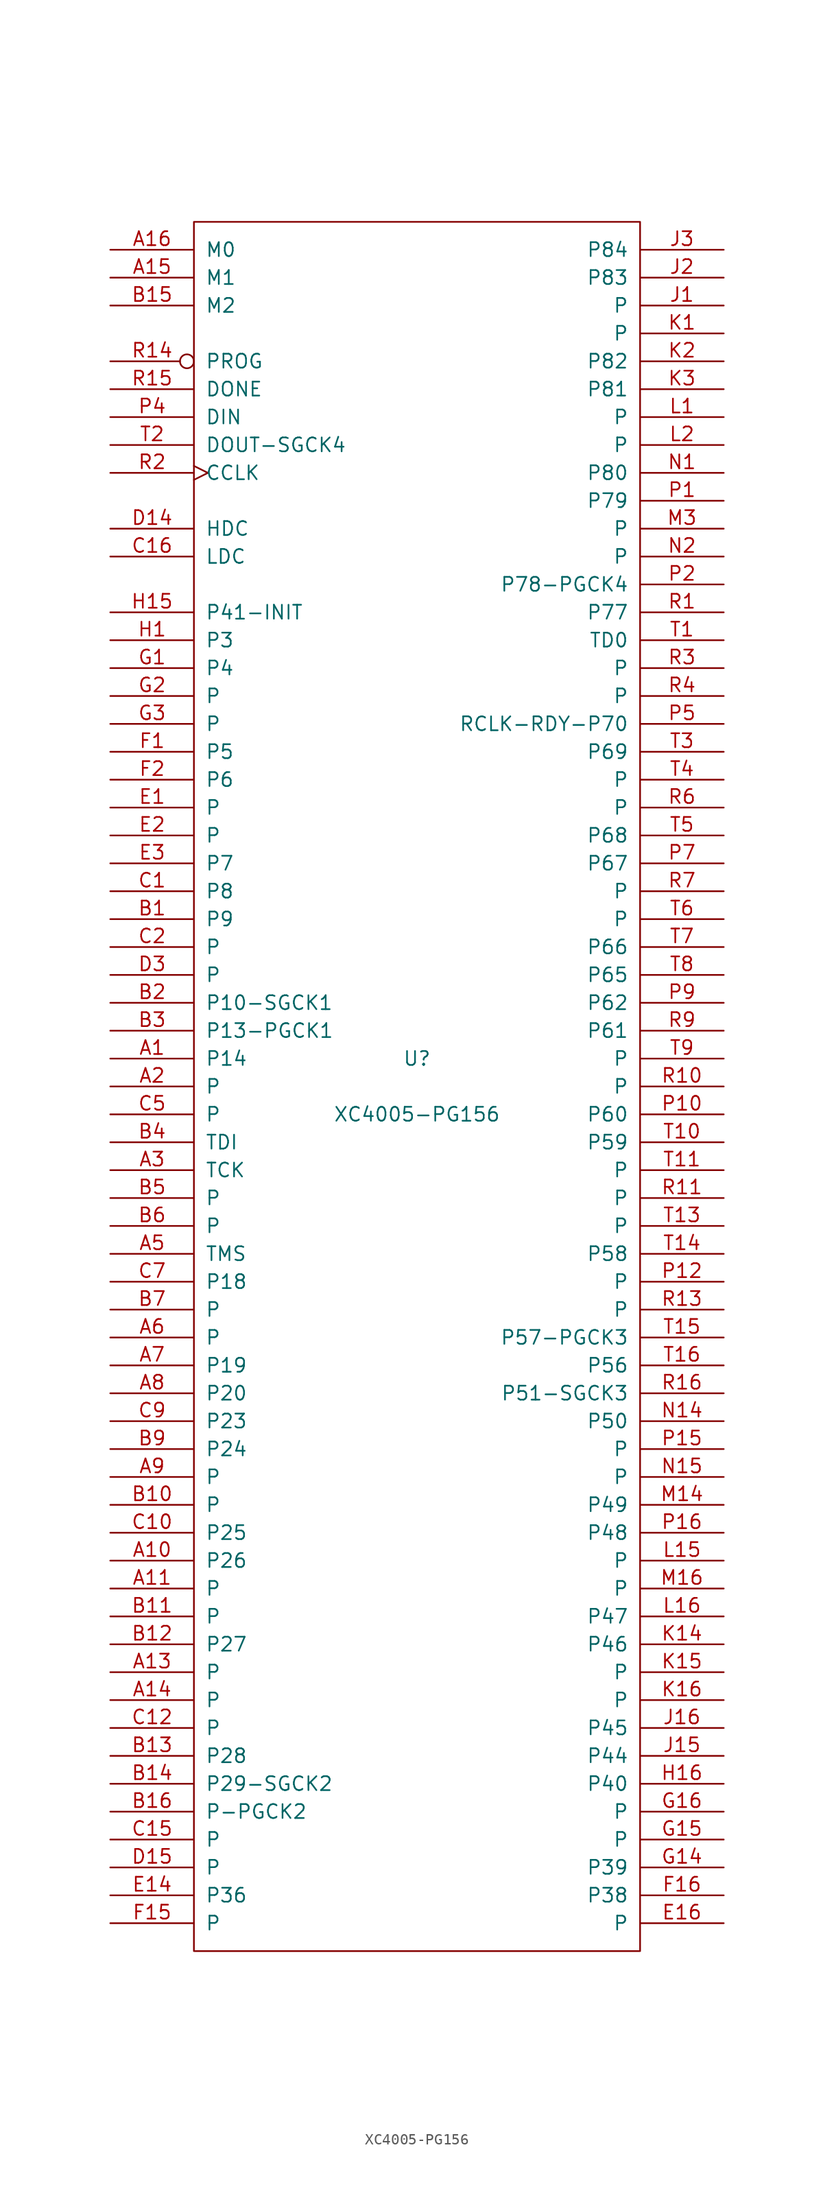
<source format=kicad_sym>
(kicad_symbol_lib
  (version 20201005)
  (generator kicad_symbol_editor)
  (symbol "FPGA_Xilinx:XC4005-PG156"
    (pin_names
      (offset 1.016))
    (property "Reference" "U"
      (at 0 2.54 0)
      (effects (font (size 1.27 1.27))))
    (property "Value" "XC4005-PG156"
      (at 0 -2.54 0)
      (effects (font (size 1.27 1.27))))
    (symbol "XC4005-PG156_0_1"
      (rectangle (start -20.32 -78.74) (end 20.32 78.74) (stroke (width 0)) (fill (type none))))
    (symbol "XC4005-PG156_1_1"
      (pin passive line (at -27.94 2.54 0) (length 7.62) (name "P14" (effects (font (size 1.27 1.27)))) (number "A1" (effects (font (size 1.27 1.27)))))
      (pin passive line (at -27.94 -43.18 0) (length 7.62) (name "P26" (effects (font (size 1.27 1.27)))) (number "A10" (effects (font (size 1.27 1.27)))))
      (pin passive line (at -27.94 -45.72 0) (length 7.62) (name "P" (effects (font (size 1.27 1.27)))) (number "A11" (effects (font (size 1.27 1.27)))))
      (pin passive line (at -27.94 -53.34 0) (length 7.62) (name "P" (effects (font (size 1.27 1.27)))) (number "A13" (effects (font (size 1.27 1.27)))))
      (pin passive line (at -27.94 -55.88 0) (length 7.62) (name "P" (effects (font (size 1.27 1.27)))) (number "A14" (effects (font (size 1.27 1.27)))))
      (pin input line (at -27.94 73.66 0) (length 7.62) (name "M1" (effects (font (size 1.27 1.27)))) (number "A15" (effects (font (size 1.27 1.27)))))
      (pin input line (at -27.94 76.2 0) (length 7.62) (name "M0" (effects (font (size 1.27 1.27)))) (number "A16" (effects (font (size 1.27 1.27)))))
      (pin passive line (at -27.94 0 0) (length 7.62) (name "P" (effects (font (size 1.27 1.27)))) (number "A2" (effects (font (size 1.27 1.27)))))
      (pin passive line (at -27.94 -7.62 0) (length 7.62) (name "TCK" (effects (font (size 1.27 1.27)))) (number "A3" (effects (font (size 1.27 1.27)))))
      (pin passive line (at -27.94 -15.24 0) (length 7.62) (name "TMS" (effects (font (size 1.27 1.27)))) (number "A5" (effects (font (size 1.27 1.27)))))
      (pin passive line (at -27.94 -22.86 0) (length 7.62) (name "P" (effects (font (size 1.27 1.27)))) (number "A6" (effects (font (size 1.27 1.27)))))
      (pin passive line (at -27.94 -25.4 0) (length 7.62) (name "P19" (effects (font (size 1.27 1.27)))) (number "A7" (effects (font (size 1.27 1.27)))))
      (pin passive line (at -27.94 -27.94 0) (length 7.62) (name "P20" (effects (font (size 1.27 1.27)))) (number "A8" (effects (font (size 1.27 1.27)))))
      (pin passive line (at -27.94 -35.56 0) (length 7.62) (name "P" (effects (font (size 1.27 1.27)))) (number "A9" (effects (font (size 1.27 1.27)))))
      (pin passive line (at -27.94 15.24 0) (length 7.62) (name "P9" (effects (font (size 1.27 1.27)))) (number "B1" (effects (font (size 1.27 1.27)))))
      (pin passive line (at -27.94 -38.1 0) (length 7.62) (name "P" (effects (font (size 1.27 1.27)))) (number "B10" (effects (font (size 1.27 1.27)))))
      (pin passive line (at -27.94 -48.26 0) (length 7.62) (name "P" (effects (font (size 1.27 1.27)))) (number "B11" (effects (font (size 1.27 1.27)))))
      (pin passive line (at -27.94 -50.8 0) (length 7.62) (name "P27" (effects (font (size 1.27 1.27)))) (number "B12" (effects (font (size 1.27 1.27)))))
      (pin passive line (at -27.94 -60.96 0) (length 7.62) (name "P28" (effects (font (size 1.27 1.27)))) (number "B13" (effects (font (size 1.27 1.27)))))
      (pin passive line (at -27.94 -63.5 0) (length 7.62) (name "P29-SGCK2" (effects (font (size 1.27 1.27)))) (number "B14" (effects (font (size 1.27 1.27)))))
      (pin input line (at -27.94 71.12 0) (length 7.62) (name "M2" (effects (font (size 1.27 1.27)))) (number "B15" (effects (font (size 1.27 1.27)))))
      (pin passive line (at -27.94 -66.04 0) (length 7.62) (name "P-PGCK2" (effects (font (size 1.27 1.27)))) (number "B16" (effects (font (size 1.27 1.27)))))
      (pin passive line (at -27.94 7.62 0) (length 7.62) (name "P10-SGCK1" (effects (font (size 1.27 1.27)))) (number "B2" (effects (font (size 1.27 1.27)))))
      (pin passive line (at -27.94 5.08 0) (length 7.62) (name "P13-PGCK1" (effects (font (size 1.27 1.27)))) (number "B3" (effects (font (size 1.27 1.27)))))
      (pin passive line (at -27.94 -5.08 0) (length 7.62) (name "TDI" (effects (font (size 1.27 1.27)))) (number "B4" (effects (font (size 1.27 1.27)))))
      (pin passive line (at -27.94 -10.16 0) (length 7.62) (name "P" (effects (font (size 1.27 1.27)))) (number "B5" (effects (font (size 1.27 1.27)))))
      (pin passive line (at -27.94 -12.7 0) (length 7.62) (name "P" (effects (font (size 1.27 1.27)))) (number "B6" (effects (font (size 1.27 1.27)))))
      (pin passive line (at -27.94 -20.32 0) (length 7.62) (name "P" (effects (font (size 1.27 1.27)))) (number "B7" (effects (font (size 1.27 1.27)))))
      (pin power_in line (at -5.08 78.74 270) (length 0) hide (name "VCC" (effects (font (size 1.27 1.27)))) (number "B8" (effects (font (size 1.27 1.27)))))
      (pin passive line (at -27.94 -33.02 0) (length 7.62) (name "P24" (effects (font (size 1.27 1.27)))) (number "B9" (effects (font (size 1.27 1.27)))))
      (pin passive line (at -27.94 17.78 0) (length 7.62) (name "P8" (effects (font (size 1.27 1.27)))) (number "C1" (effects (font (size 1.27 1.27)))))
      (pin passive line (at -27.94 -40.64 0) (length 7.62) (name "P25" (effects (font (size 1.27 1.27)))) (number "C10" (effects (font (size 1.27 1.27)))))
      (pin power_in line (at -10.16 -78.74 90) (length 0) hide (name "GND" (effects (font (size 1.27 1.27)))) (number "C11" (effects (font (size 1.27 1.27)))))
      (pin passive line (at -27.94 -58.42 0) (length 7.62) (name "P" (effects (font (size 1.27 1.27)))) (number "C12" (effects (font (size 1.27 1.27)))))
      (pin power_in line (at -7.62 -78.74 90) (length 0) hide (name "GND" (effects (font (size 1.27 1.27)))) (number "C13" (effects (font (size 1.27 1.27)))))
      (pin power_in line (at -2.54 78.74 270) (length 0) hide (name "VCC" (effects (font (size 1.27 1.27)))) (number "C14" (effects (font (size 1.27 1.27)))))
      (pin passive line (at -27.94 -68.58 0) (length 7.62) (name "P" (effects (font (size 1.27 1.27)))) (number "C15" (effects (font (size 1.27 1.27)))))
      (pin passive line (at -27.94 48.26 0) (length 7.62) (name "LDC" (effects (font (size 1.27 1.27)))) (number "C16" (effects (font (size 1.27 1.27)))))
      (pin passive line (at -27.94 12.7 0) (length 7.62) (name "P" (effects (font (size 1.27 1.27)))) (number "C2" (effects (font (size 1.27 1.27)))))
      (pin power_in line (at -7.62 78.74 270) (length 0) hide (name "VCC" (effects (font (size 1.27 1.27)))) (number "C3" (effects (font (size 1.27 1.27)))))
      (pin power_in line (at -17.78 -78.74 90) (length 0) hide (name "GND" (effects (font (size 1.27 1.27)))) (number "C4" (effects (font (size 1.27 1.27)))))
      (pin passive line (at -27.94 -2.54 0) (length 7.62) (name "P" (effects (font (size 1.27 1.27)))) (number "C5" (effects (font (size 1.27 1.27)))))
      (pin power_in line (at -15.24 -78.74 90) (length 0) hide (name "GND" (effects (font (size 1.27 1.27)))) (number "C6" (effects (font (size 1.27 1.27)))))
      (pin passive line (at -27.94 -17.78 0) (length 7.62) (name "P18" (effects (font (size 1.27 1.27)))) (number "C7" (effects (font (size 1.27 1.27)))))
      (pin power_in line (at -12.7 -78.74 90) (length 0) hide (name "GND" (effects (font (size 1.27 1.27)))) (number "C8" (effects (font (size 1.27 1.27)))))
      (pin passive line (at -27.94 -30.48 0) (length 7.62) (name "P23" (effects (font (size 1.27 1.27)))) (number "C9" (effects (font (size 1.27 1.27)))))
      (pin passive line (at -27.94 50.8 0) (length 7.62) (name "HDC" (effects (font (size 1.27 1.27)))) (number "D14" (effects (font (size 1.27 1.27)))))
      (pin passive line (at -27.94 -71.12 0) (length 7.62) (name "P" (effects (font (size 1.27 1.27)))) (number "D15" (effects (font (size 1.27 1.27)))))
      (pin passive line (at -27.94 10.16 0) (length 7.62) (name "P" (effects (font (size 1.27 1.27)))) (number "D3" (effects (font (size 1.27 1.27)))))
      (pin passive line (at -27.94 25.4 0) (length 7.62) (name "P" (effects (font (size 1.27 1.27)))) (number "E1" (effects (font (size 1.27 1.27)))))
      (pin bidirectional line (at -27.94 -73.66 0) (length 7.62) (name "P36" (effects (font (size 1.27 1.27)))) (number "E14" (effects (font (size 1.27 1.27)))))
      (pin passive line (at 27.94 -76.2 180) (length 7.62) (name "P" (effects (font (size 1.27 1.27)))) (number "E16" (effects (font (size 1.27 1.27)))))
      (pin passive line (at -27.94 22.86 0) (length 7.62) (name "P" (effects (font (size 1.27 1.27)))) (number "E2" (effects (font (size 1.27 1.27)))))
      (pin passive line (at -27.94 20.32 0) (length 7.62) (name "P7" (effects (font (size 1.27 1.27)))) (number "E3" (effects (font (size 1.27 1.27)))))
      (pin passive line (at -27.94 30.48 0) (length 7.62) (name "P5" (effects (font (size 1.27 1.27)))) (number "F1" (effects (font (size 1.27 1.27)))))
      (pin power_in line (at -5.08 -78.74 90) (length 0) hide (name "GND" (effects (font (size 1.27 1.27)))) (number "F14" (effects (font (size 1.27 1.27)))))
      (pin passive line (at -27.94 -76.2 0) (length 7.62) (name "P" (effects (font (size 1.27 1.27)))) (number "F15" (effects (font (size 1.27 1.27)))))
      (pin passive line (at 27.94 -73.66 180) (length 7.62) (name "P38" (effects (font (size 1.27 1.27)))) (number "F16" (effects (font (size 1.27 1.27)))))
      (pin passive line (at -27.94 27.94 0) (length 7.62) (name "P6" (effects (font (size 1.27 1.27)))) (number "F2" (effects (font (size 1.27 1.27)))))
      (pin power_in line (at -20.32 -78.74 90) (length 0) hide (name "GND" (effects (font (size 1.27 1.27)))) (number "F3" (effects (font (size 1.27 1.27)))))
      (pin passive line (at -27.94 38.1 0) (length 7.62) (name "P4" (effects (font (size 1.27 1.27)))) (number "G1" (effects (font (size 1.27 1.27)))))
      (pin passive line (at 27.94 -71.12 180) (length 7.62) (name "P39" (effects (font (size 1.27 1.27)))) (number "G14" (effects (font (size 1.27 1.27)))))
      (pin passive line (at 27.94 -68.58 180) (length 7.62) (name "P" (effects (font (size 1.27 1.27)))) (number "G15" (effects (font (size 1.27 1.27)))))
      (pin passive line (at 27.94 -66.04 180) (length 7.62) (name "P" (effects (font (size 1.27 1.27)))) (number "G16" (effects (font (size 1.27 1.27)))))
      (pin passive line (at -27.94 35.56 0) (length 7.62) (name "P" (effects (font (size 1.27 1.27)))) (number "G2" (effects (font (size 1.27 1.27)))))
      (pin passive line (at -27.94 33.02 0) (length 7.62) (name "P" (effects (font (size 1.27 1.27)))) (number "G3" (effects (font (size 1.27 1.27)))))
      (pin passive line (at -27.94 40.64 0) (length 7.62) (name "P3" (effects (font (size 1.27 1.27)))) (number "H1" (effects (font (size 1.27 1.27)))))
      (pin power_in line (at 0 78.74 270) (length 0) hide (name "VCC" (effects (font (size 1.27 1.27)))) (number "H14" (effects (font (size 1.27 1.27)))))
      (pin bidirectional line (at -27.94 43.18 0) (length 7.62) (name "P41-INIT" (effects (font (size 1.27 1.27)))) (number "H15" (effects (font (size 1.27 1.27)))))
      (pin passive line (at 27.94 -63.5 180) (length 7.62) (name "P40" (effects (font (size 1.27 1.27)))) (number "H16" (effects (font (size 1.27 1.27)))))
      (pin power_in line (at 17.78 -78.74 90) (length 0) hide (name "GND" (effects (font (size 1.27 1.27)))) (number "H2" (effects (font (size 1.27 1.27)))))
      (pin power_in line (at -10.16 78.74 270) (length 0) hide (name "VCC" (effects (font (size 1.27 1.27)))) (number "H3" (effects (font (size 1.27 1.27)))))
      (pin passive line (at 27.94 71.12 180) (length 7.62) (name "P" (effects (font (size 1.27 1.27)))) (number "J1" (effects (font (size 1.27 1.27)))))
      (pin power_in line (at -2.54 -78.74 90) (length 0) hide (name "GND" (effects (font (size 1.27 1.27)))) (number "J14" (effects (font (size 1.27 1.27)))))
      (pin passive line (at 27.94 -60.96 180) (length 7.62) (name "P44" (effects (font (size 1.27 1.27)))) (number "J15" (effects (font (size 1.27 1.27)))))
      (pin passive line (at 27.94 -58.42 180) (length 7.62) (name "P45" (effects (font (size 1.27 1.27)))) (number "J16" (effects (font (size 1.27 1.27)))))
      (pin passive line (at 27.94 73.66 180) (length 7.62) (name "P83" (effects (font (size 1.27 1.27)))) (number "J2" (effects (font (size 1.27 1.27)))))
      (pin passive line (at 27.94 76.2 180) (length 7.62) (name "P84" (effects (font (size 1.27 1.27)))) (number "J3" (effects (font (size 1.27 1.27)))))
      (pin passive line (at 27.94 68.58 180) (length 7.62) (name "P" (effects (font (size 1.27 1.27)))) (number "K1" (effects (font (size 1.27 1.27)))))
      (pin passive line (at 27.94 -50.8 180) (length 7.62) (name "P46" (effects (font (size 1.27 1.27)))) (number "K14" (effects (font (size 1.27 1.27)))))
      (pin passive line (at 27.94 -53.34 180) (length 7.62) (name "P" (effects (font (size 1.27 1.27)))) (number "K15" (effects (font (size 1.27 1.27)))))
      (pin passive line (at 27.94 -55.88 180) (length 7.62) (name "P" (effects (font (size 1.27 1.27)))) (number "K16" (effects (font (size 1.27 1.27)))))
      (pin passive line (at 27.94 66.04 180) (length 7.62) (name "P82" (effects (font (size 1.27 1.27)))) (number "K2" (effects (font (size 1.27 1.27)))))
      (pin passive line (at 27.94 63.5 180) (length 7.62) (name "P81" (effects (font (size 1.27 1.27)))) (number "K3" (effects (font (size 1.27 1.27)))))
      (pin passive line (at 27.94 60.96 180) (length 7.62) (name "P" (effects (font (size 1.27 1.27)))) (number "L1" (effects (font (size 1.27 1.27)))))
      (pin power_in line (at 0 -78.74 90) (length 0) hide (name "GND" (effects (font (size 1.27 1.27)))) (number "L14" (effects (font (size 1.27 1.27)))))
      (pin passive line (at 27.94 -43.18 180) (length 7.62) (name "P" (effects (font (size 1.27 1.27)))) (number "L15" (effects (font (size 1.27 1.27)))))
      (pin passive line (at 27.94 -48.26 180) (length 7.62) (name "P47" (effects (font (size 1.27 1.27)))) (number "L16" (effects (font (size 1.27 1.27)))))
      (pin passive line (at 27.94 58.42 180) (length 7.62) (name "P" (effects (font (size 1.27 1.27)))) (number "L2" (effects (font (size 1.27 1.27)))))
      (pin power_in line (at 15.24 -78.74 90) (length 0) hide (name "GND" (effects (font (size 1.27 1.27)))) (number "L3" (effects (font (size 1.27 1.27)))))
      (pin passive line (at 27.94 -38.1 180) (length 7.62) (name "P49" (effects (font (size 1.27 1.27)))) (number "M14" (effects (font (size 1.27 1.27)))))
      (pin passive line (at 27.94 -45.72 180) (length 7.62) (name "P" (effects (font (size 1.27 1.27)))) (number "M16" (effects (font (size 1.27 1.27)))))
      (pin passive line (at 27.94 50.8 180) (length 7.62) (name "P" (effects (font (size 1.27 1.27)))) (number "M3" (effects (font (size 1.27 1.27)))))
      (pin passive line (at 27.94 55.88 180) (length 7.62) (name "P80" (effects (font (size 1.27 1.27)))) (number "N1" (effects (font (size 1.27 1.27)))))
      (pin passive line (at 27.94 -30.48 180) (length 7.62) (name "P50" (effects (font (size 1.27 1.27)))) (number "N14" (effects (font (size 1.27 1.27)))))
      (pin passive line (at 27.94 -35.56 180) (length 7.62) (name "P" (effects (font (size 1.27 1.27)))) (number "N15" (effects (font (size 1.27 1.27)))))
      (pin passive line (at 27.94 48.26 180) (length 7.62) (name "P" (effects (font (size 1.27 1.27)))) (number "N2" (effects (font (size 1.27 1.27)))))
      (pin power_in line (at 12.7 -78.74 90) (length 0) hide (name "GND" (effects (font (size 1.27 1.27)))) (number "N3" (effects (font (size 1.27 1.27)))))
      (pin passive line (at 27.94 53.34 180) (length 7.62) (name "P79" (effects (font (size 1.27 1.27)))) (number "P1" (effects (font (size 1.27 1.27)))))
      (pin passive line (at 27.94 -2.54 180) (length 7.62) (name "P60" (effects (font (size 1.27 1.27)))) (number "P10" (effects (font (size 1.27 1.27)))))
      (pin power_in line (at 5.08 -78.74 90) (length 0) hide (name "GND" (effects (font (size 1.27 1.27)))) (number "P11" (effects (font (size 1.27 1.27)))))
      (pin passive line (at 27.94 -17.78 180) (length 7.62) (name "P" (effects (font (size 1.27 1.27)))) (number "P12" (effects (font (size 1.27 1.27)))))
      (pin power_in line (at 2.54 78.74 270) (length 0) hide (name "VCC" (effects (font (size 1.27 1.27)))) (number "P13" (effects (font (size 1.27 1.27)))))
      (pin power_in line (at 2.54 -78.74 90) (length 0) hide (name "GND" (effects (font (size 1.27 1.27)))) (number "P14" (effects (font (size 1.27 1.27)))))
      (pin passive line (at 27.94 -33.02 180) (length 7.62) (name "P" (effects (font (size 1.27 1.27)))) (number "P15" (effects (font (size 1.27 1.27)))))
      (pin passive line (at 27.94 -40.64 180) (length 7.62) (name "P48" (effects (font (size 1.27 1.27)))) (number "P16" (effects (font (size 1.27 1.27)))))
      (pin passive line (at 27.94 45.72 180) (length 7.62) (name "P78-PGCK4" (effects (font (size 1.27 1.27)))) (number "P2" (effects (font (size 1.27 1.27)))))
      (pin power_in line (at 7.62 78.74 270) (length 0) hide (name "VCC" (effects (font (size 1.27 1.27)))) (number "P3" (effects (font (size 1.27 1.27)))))
      (pin input line (at -27.94 60.96 0) (length 7.62) (name "DIN" (effects (font (size 1.27 1.27)))) (number "P4" (effects (font (size 1.27 1.27)))))
      (pin passive line (at 27.94 33.02 180) (length 7.62) (name "RCLK-RDY-P70" (effects (font (size 1.27 1.27)))) (number "P5" (effects (font (size 1.27 1.27)))))
      (pin power_in line (at 10.16 -78.74 90) (length 0) hide (name "GND" (effects (font (size 1.27 1.27)))) (number "P6" (effects (font (size 1.27 1.27)))))
      (pin passive line (at 27.94 20.32 180) (length 7.62) (name "P67" (effects (font (size 1.27 1.27)))) (number "P7" (effects (font (size 1.27 1.27)))))
      (pin power_in line (at 7.62 -78.74 90) (length 0) hide (name "GND" (effects (font (size 1.27 1.27)))) (number "P8" (effects (font (size 1.27 1.27)))))
      (pin passive line (at 27.94 7.62 180) (length 7.62) (name "P62" (effects (font (size 1.27 1.27)))) (number "P9" (effects (font (size 1.27 1.27)))))
      (pin passive line (at 27.94 43.18 180) (length 7.62) (name "P77" (effects (font (size 1.27 1.27)))) (number "R1" (effects (font (size 1.27 1.27)))))
      (pin passive line (at 27.94 0 180) (length 7.62) (name "P" (effects (font (size 1.27 1.27)))) (number "R10" (effects (font (size 1.27 1.27)))))
      (pin passive line (at 27.94 -10.16 180) (length 7.62) (name "P" (effects (font (size 1.27 1.27)))) (number "R11" (effects (font (size 1.27 1.27)))))
      (pin passive line (at 27.94 -20.32 180) (length 7.62) (name "P" (effects (font (size 1.27 1.27)))) (number "R13" (effects (font (size 1.27 1.27)))))
      (pin input inverted (at -27.94 66.04 0) (length 7.62) (name "PROG" (effects (font (size 1.27 1.27)))) (number "R14" (effects (font (size 1.27 1.27)))))
      (pin bidirectional line (at -27.94 63.5 0) (length 7.62) (name "DONE" (effects (font (size 1.27 1.27)))) (number "R15" (effects (font (size 1.27 1.27)))))
      (pin passive line (at 27.94 -27.94 180) (length 7.62) (name "P51-SGCK3" (effects (font (size 1.27 1.27)))) (number "R16" (effects (font (size 1.27 1.27)))))
      (pin passive clock (at -27.94 55.88 0) (length 7.62) (name "CCLK" (effects (font (size 1.27 1.27)))) (number "R2" (effects (font (size 1.27 1.27)))))
      (pin passive line (at 27.94 38.1 180) (length 7.62) (name "P" (effects (font (size 1.27 1.27)))) (number "R3" (effects (font (size 1.27 1.27)))))
      (pin passive line (at 27.94 35.56 180) (length 7.62) (name "P" (effects (font (size 1.27 1.27)))) (number "R4" (effects (font (size 1.27 1.27)))))
      (pin passive line (at 27.94 25.4 180) (length 7.62) (name "P" (effects (font (size 1.27 1.27)))) (number "R6" (effects (font (size 1.27 1.27)))))
      (pin passive line (at 27.94 17.78 180) (length 7.62) (name "P" (effects (font (size 1.27 1.27)))) (number "R7" (effects (font (size 1.27 1.27)))))
      (pin power_in line (at 5.08 78.74 270) (length 0) hide (name "VCC" (effects (font (size 1.27 1.27)))) (number "R8" (effects (font (size 1.27 1.27)))))
      (pin passive line (at 27.94 5.08 180) (length 7.62) (name "P61" (effects (font (size 1.27 1.27)))) (number "R9" (effects (font (size 1.27 1.27)))))
      (pin output line (at 27.94 40.64 180) (length 7.62) (name "TD0" (effects (font (size 1.27 1.27)))) (number "T1" (effects (font (size 1.27 1.27)))))
      (pin passive line (at 27.94 -5.08 180) (length 7.62) (name "P59" (effects (font (size 1.27 1.27)))) (number "T10" (effects (font (size 1.27 1.27)))))
      (pin passive line (at 27.94 -7.62 180) (length 7.62) (name "P" (effects (font (size 1.27 1.27)))) (number "T11" (effects (font (size 1.27 1.27)))))
      (pin passive line (at 27.94 -12.7 180) (length 7.62) (name "P" (effects (font (size 1.27 1.27)))) (number "T13" (effects (font (size 1.27 1.27)))))
      (pin passive line (at 27.94 -15.24 180) (length 7.62) (name "P58" (effects (font (size 1.27 1.27)))) (number "T14" (effects (font (size 1.27 1.27)))))
      (pin passive line (at 27.94 -22.86 180) (length 7.62) (name "P57-PGCK3" (effects (font (size 1.27 1.27)))) (number "T15" (effects (font (size 1.27 1.27)))))
      (pin passive line (at 27.94 -25.4 180) (length 7.62) (name "P56" (effects (font (size 1.27 1.27)))) (number "T16" (effects (font (size 1.27 1.27)))))
      (pin passive line (at -27.94 58.42 0) (length 7.62) (name "DOUT-SGCK4" (effects (font (size 1.27 1.27)))) (number "T2" (effects (font (size 1.27 1.27)))))
      (pin passive line (at 27.94 30.48 180) (length 7.62) (name "P69" (effects (font (size 1.27 1.27)))) (number "T3" (effects (font (size 1.27 1.27)))))
      (pin passive line (at 27.94 27.94 180) (length 7.62) (name "P" (effects (font (size 1.27 1.27)))) (number "T4" (effects (font (size 1.27 1.27)))))
      (pin passive line (at 27.94 22.86 180) (length 7.62) (name "P68" (effects (font (size 1.27 1.27)))) (number "T5" (effects (font (size 1.27 1.27)))))
      (pin passive line (at 27.94 15.24 180) (length 7.62) (name "P" (effects (font (size 1.27 1.27)))) (number "T6" (effects (font (size 1.27 1.27)))))
      (pin passive line (at 27.94 12.7 180) (length 7.62) (name "P66" (effects (font (size 1.27 1.27)))) (number "T7" (effects (font (size 1.27 1.27)))))
      (pin passive line (at 27.94 10.16 180) (length 7.62) (name "P65" (effects (font (size 1.27 1.27)))) (number "T8" (effects (font (size 1.27 1.27)))))
      (pin passive line (at 27.94 2.54 180) (length 7.62) (name "P" (effects (font (size 1.27 1.27)))) (number "T9" (effects (font (size 1.27 1.27))))))))
</source>
